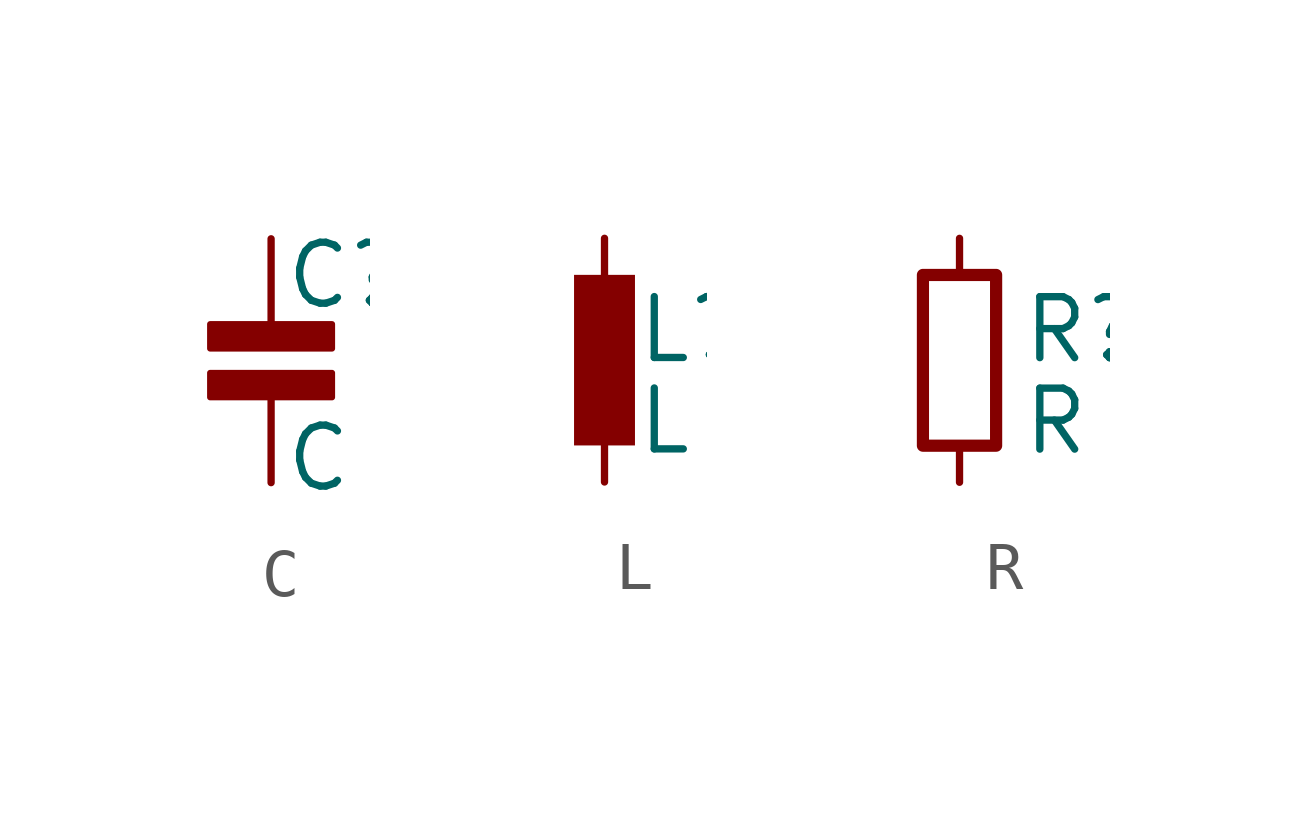
<source format=kicad_sym>
(kicad_symbol_lib
  (version 20231120)
  (generator "kicad_symbol_editor")
  (generator_version "8.0")
  (symbol "C"
    (pin_numbers hide)
    (pin_names
      (offset 0.254) hide)
    (property "Reference" "C"
      (at 0.254 1.778 0)
      (effects (font (size 1.27 1.27)) (justify left)))
    (property "Value" "C"
      (at 0.254 -2.032 0)
      (effects (font (size 1.27 1.27)) (justify left)))
    (symbol "C_1_1"
      (rectangle (start -1.27 -0.254) (end 1.27 -0.762) (stroke (width 0.127) (type default)) (fill (type outline)))
      (rectangle (start -1.27 0.762) (end 1.27 0.254) (stroke (width 0.127) (type default)) (fill (type outline)))
      (pin passive line (at 0 2.54 270) (length 1.778) (name "~" (effects (font (size 1.27 1.27)))) (number "1" (effects (font (size 1.27 1.27)))))
      (pin passive line (at 0 -2.54 90) (length 1.778) (name "~" (effects (font (size 1.27 1.27)))) (number "2" (effects (font (size 1.27 1.27)))))))
  (symbol "L"
    (pin_numbers hide)
    (pin_names
      (offset 0) hide)
    (property "Reference" "L"
      (at 0.635 0.635 0)
      (effects (font (size 1.27 1.27)) (justify left)))
    (property "Value" "L"
      (at 0.635 -1.27 0)
      (effects (font (size 1.27 1.27)) (justify left)))
    (symbol "L_1_1"
      (rectangle (start -0.635 1.778) (end 0.635 -1.778) (stroke (width -0.0001) (type default)) (fill (type outline)))
      (pin passive line (at 0 2.54 270) (length 0.762) (name "~" (effects (font (size 1.27 1.27)))) (number "1" (effects (font (size 1.27 1.27)))))
      (pin passive line (at 0 -2.54 90) (length 0.762) (name "~" (effects (font (size 1.27 1.27)))) (number "2" (effects (font (size 1.27 1.27)))))))
  (symbol "R"
    (pin_numbers hide)
    (pin_names
      (offset 0.254) hide)
    (property "Reference" "R"
      (at 1.27 0.635 0)
      (effects (font (size 1.27 1.27)) (justify left)))
    (property "Value" "R"
      (at 1.27 -1.27 0)
      (effects (font (size 1.27 1.27)) (justify left)))
    (symbol "R_1_1"
      (rectangle (start -0.762 1.778) (end 0.762 -1.778) (stroke (width 0.254) (type default)) (fill (type none)))
      (pin passive line (at 0 2.54 270) (length 0.762) (name "~" (effects (font (size 1.27 1.27)))) (number "1" (effects (font (size 1.27 1.27)))))
      (pin passive line (at 0 -2.54 90) (length 0.762) (name "~" (effects (font (size 1.27 1.27)))) (number "2" (effects (font (size 1.27 1.27))))))))
</source>
